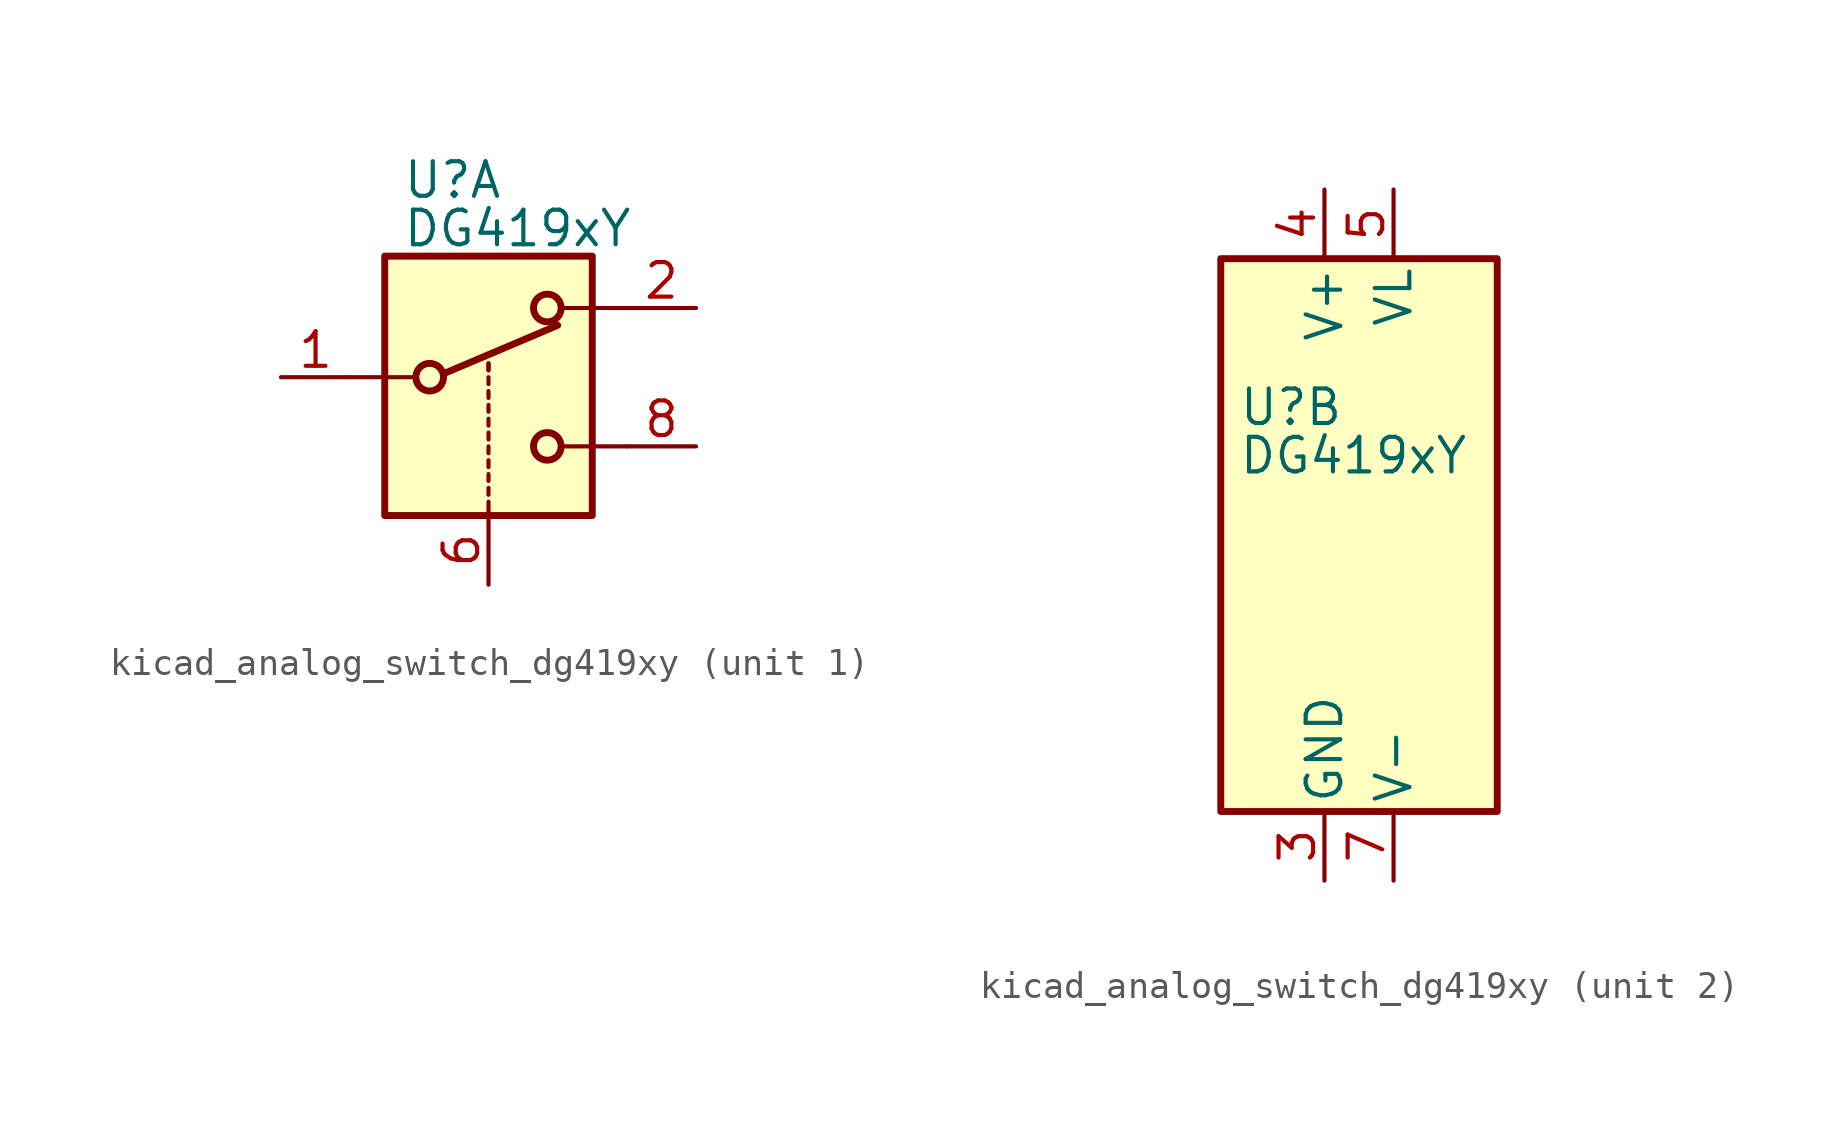
<source format=kicad_sym>
(kicad_symbol_lib
  (version 20220914)
  (generator kicad_symbol_editor)
  (symbol "kicad_analog_switch_dg419xy"
    (pin_names
      (offset 0.254))
    (property "Reference" "U"
      (at -3.175 4.699 0)
      (effects (font (size 1.27 1.27)) (justify left)))
    (property "Value" "DG419xY"
      (at -3.175 2.921 0)
      (effects (font (size 1.27 1.27)) (justify left)))
    (symbol "kicad_analog_switch_dg419xy_1_1"
      (rectangle (start -3.81 1.905) (end 3.81 -7.62) (stroke (width 0.254) (type default)) (fill (type background)))
      (circle (center -2.159 -2.54) (radius 0.508) (stroke (width 0.254) (type default)) (fill (type none)))
      (polyline (pts (xy -5.08 -2.54) (xy -2.794 -2.54)) (stroke (width 0) (type default)) (fill (type none)))
      (polyline (pts (xy -1.651 -2.413) (xy 2.54 -0.635)) (stroke (width 0.254) (type default)) (fill (type none)))
      (polyline (pts (xy 0 -7.62) (xy 0 -7.112)) (stroke (width 0) (type default)) (fill (type none)))
      (polyline (pts (xy 0 -6.858) (xy 0 -6.604)) (stroke (width 0) (type default)) (fill (type none)))
      (polyline (pts (xy 0 -6.35) (xy 0 -6.096)) (stroke (width 0) (type default)) (fill (type none)))
      (polyline (pts (xy 0 -5.842) (xy 0 -5.588)) (stroke (width 0) (type default)) (fill (type none)))
      (polyline (pts (xy 0 -5.334) (xy 0 -5.08)) (stroke (width 0) (type default)) (fill (type none)))
      (polyline (pts (xy 0 -4.826) (xy 0 -4.572)) (stroke (width 0) (type default)) (fill (type none)))
      (polyline (pts (xy 0 -4.318) (xy 0 -4.064)) (stroke (width 0) (type default)) (fill (type none)))
      (polyline (pts (xy 0 -3.81) (xy 0 -3.556)) (stroke (width 0) (type default)) (fill (type none)))
      (polyline (pts (xy 0 -3.302) (xy 0 -3.048)) (stroke (width 0) (type default)) (fill (type none)))
      (polyline (pts (xy 0 -2.794) (xy 0 -2.54)) (stroke (width 0) (type default)) (fill (type none)))
      (polyline (pts (xy 0 -2.286) (xy 0 -2.032)) (stroke (width 0) (type default)) (fill (type none)))
      (polyline (pts (xy 0 -2.286) (xy 0 -2.032)) (stroke (width 0) (type default)) (fill (type none)))
      (polyline (pts (xy 5.08 -5.08) (xy 2.794 -5.08)) (stroke (width 0) (type default)) (fill (type none)))
      (polyline (pts (xy 5.08 0) (xy 2.794 0)) (stroke (width 0) (type default)) (fill (type none)))
      (circle (center 2.159 -5.08) (radius 0.508) (stroke (width 0.254) (type default)) (fill (type none)))
      (circle (center 2.159 0) (radius 0.508) (stroke (width 0.254) (type default)) (fill (type none)))
      (pin passive line (at -7.62 -2.54 0) (length 2.54) (name "~" (effects (font (size 1.27 1.27)))) (number "1" (effects (font (size 1.27 1.27)))))
      (pin passive line (at 7.62 0 180) (length 2.54) (name "~" (effects (font (size 1.27 1.27)))) (number "2" (effects (font (size 1.27 1.27)))))
      (pin input line (at 0 -10.16 90) (length 2.54) (name "~" (effects (font (size 1.27 1.27)))) (number "6" (effects (font (size 1.27 1.27)))))
      (pin passive line (at 7.62 -5.08 180) (length 2.54) (name "~" (effects (font (size 1.27 1.27)))) (number "8" (effects (font (size 1.27 1.27))))))
    (symbol "kicad_analog_switch_dg419xy_2_0"
      (pin power_in line (at 0 -12.7 90) (length 2.54) (name "GND" (effects (font (size 1.27 1.27)))) (number "3" (effects (font (size 1.27 1.27)))))
      (pin power_in line (at 0 12.7 270) (length 2.54) (name "V+" (effects (font (size 1.27 1.27)))) (number "4" (effects (font (size 1.27 1.27)))))
      (pin power_in line (at 2.54 12.7 270) (length 2.54) (name "VL" (effects (font (size 1.27 1.27)))) (number "5" (effects (font (size 1.27 1.27)))))
      (pin power_in line (at 2.54 -12.7 90) (length 2.54) (name "V-" (effects (font (size 1.27 1.27)))) (number "7" (effects (font (size 1.27 1.27))))))
    (symbol "kicad_analog_switch_dg419xy_2_1"
      (rectangle (start -3.81 10.16) (end 6.35 -10.16) (stroke (width 0.254) (type default)) (fill (type background))))))
</source>
